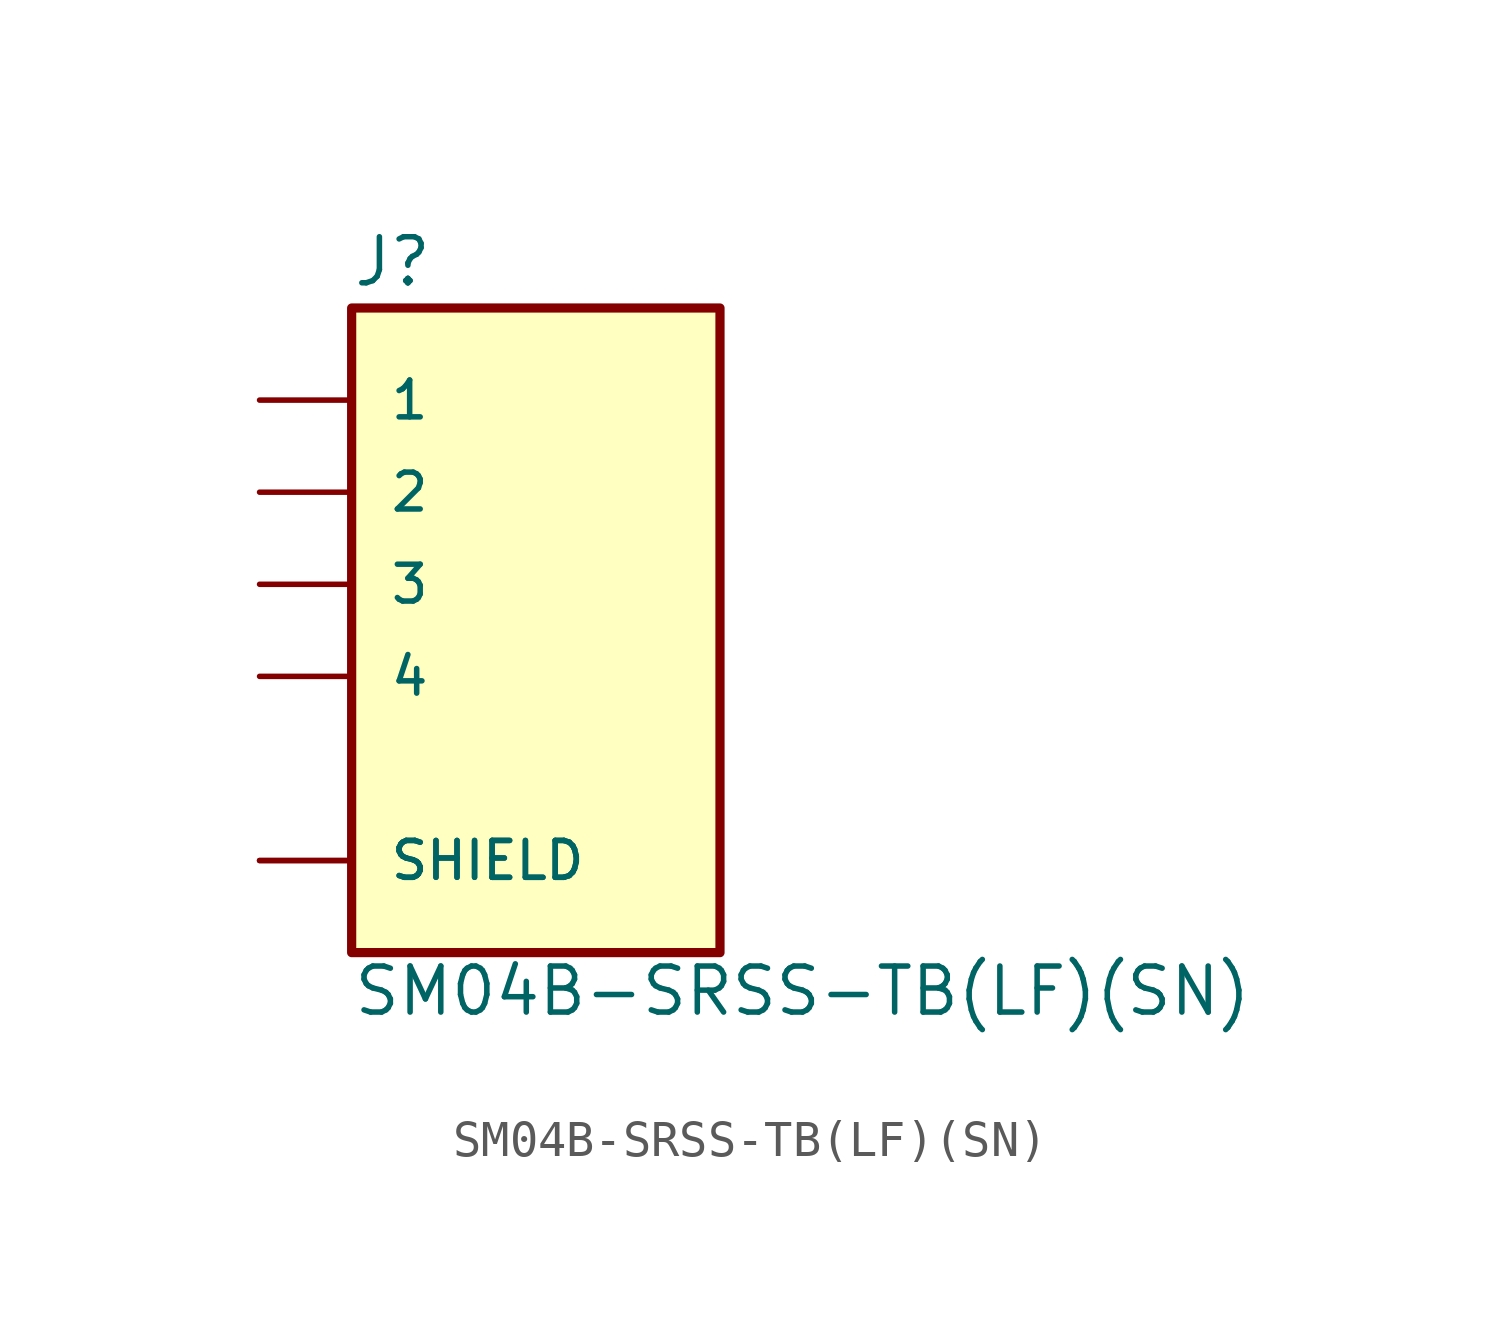
<source format=kicad_sym>
(kicad_symbol_lib
  (version 20231120)
  (generator "kicad_symbol_editor")
  (generator_version "8.0")
  (symbol "SM04B-SRSS-TB(LF)(SN)"
    (pin_numbers hide)
    (pin_names
      (offset 1.016))
    (property "Reference" "J"
      (at -5.08 8.153 0)
      (effects (font (size 1.27 1.27)) (justify left bottom)))
    (property "Value" "SM04B-SRSS-TB(LF)(SN)"
      (at -5.08 -11.963 0)
      (effects (font (size 1.27 1.27)) (justify left bottom)))
    (property "ki_locked" ""
      (at 0 0 0)
      (effects (font (size 1.27 1.27))))
    (symbol "SM04B-SRSS-TB(LF)(SN)_0_0"
      (rectangle (start -5.08 -10.16) (end 5.08 7.62) (stroke (width 0.254) (type solid)) (fill (type background)))
      (pin passive line (at -7.62 5.08 0) (length 2.54) (name "1" (effects (font (size 1.016 1.016)))) (number "1" (effects (font (size 1.016 1.016)))))
      (pin passive line (at -7.62 2.54 0) (length 2.54) (name "2" (effects (font (size 1.016 1.016)))) (number "2" (effects (font (size 1.016 1.016)))))
      (pin passive line (at -7.62 0 0) (length 2.54) (name "3" (effects (font (size 1.016 1.016)))) (number "3" (effects (font (size 1.016 1.016)))))
      (pin passive line (at -7.62 -2.54 0) (length 2.54) (name "4" (effects (font (size 1.016 1.016)))) (number "4" (effects (font (size 1.016 1.016)))))
      (pin passive line (at -7.62 -7.62 0) (length 2.54) (name "SHIELD" (effects (font (size 1.016 1.016)))) (number "S1" (effects (font (size 1.016 1.016)))))
      (pin passive line (at -7.62 -7.62 0) (length 2.54) (name "SHIELD" (effects (font (size 1.016 1.016)))) (number "S2" (effects (font (size 1.016 1.016))))))))
</source>
